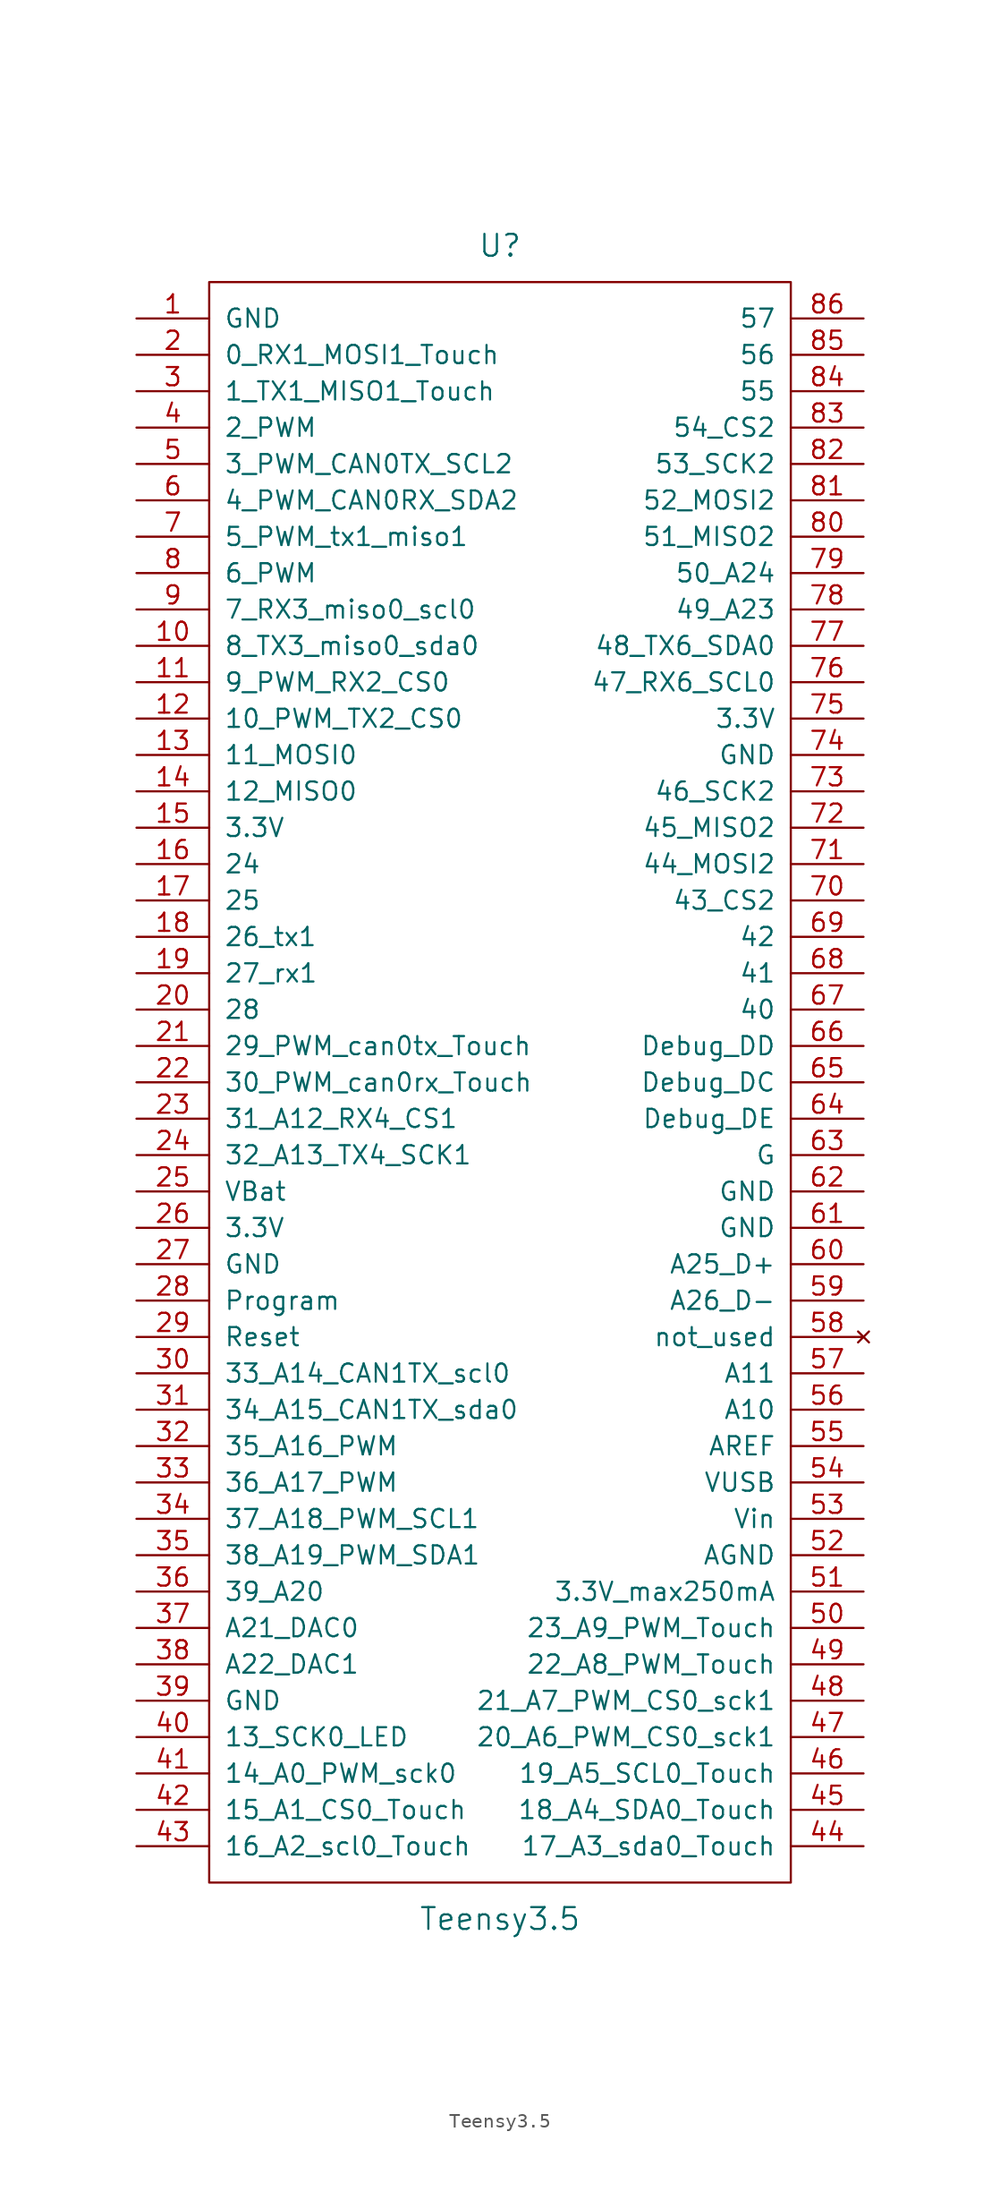
<source format=kicad_sym>
(kicad_symbol_lib
  (version 20211014)
  (generator kicad_symbol_editor)
  (symbol "Teensy3.5"
    (pin_names
      (offset 1.016))
    (property "Reference" "U"
      (at 0 58.42 0)
      (effects (font (size 1.524 1.524))))
    (property "Value" "Teensy3.5"
      (at 0 -58.42 0)
      (effects (font (size 1.524 1.524))))
    (property "Footprint" ""
      (at 0 0 0)
      (effects (font (size 1.524 1.524))))
    (property "Datasheet" ""
      (at 0 0 0)
      (effects (font (size 1.524 1.524))))
    (symbol "Teensy3.5_0_1"
      (rectangle (start -20.32 55.88) (end 20.32 -55.88) (stroke (width 0) (type default) (color 0 0 0 0)) (fill (type none))))
    (symbol "Teensy3.5_1_1"
      (pin power_in line (at -25.4 53.34 0) (length 5.08) (name "GND" (effects (font (size 1.27 1.27)))) (number "1" (effects (font (size 1.27 1.27)))))
      (pin bidirectional line (at -25.4 30.48 0) (length 5.08) (name "8_TX3_miso0_sda0" (effects (font (size 1.27 1.27)))) (number "10" (effects (font (size 1.27 1.27)))))
      (pin bidirectional line (at -25.4 27.94 0) (length 5.08) (name "9_PWM_RX2_CS0" (effects (font (size 1.27 1.27)))) (number "11" (effects (font (size 1.27 1.27)))))
      (pin bidirectional line (at -25.4 25.4 0) (length 5.08) (name "10_PWM_TX2_CS0" (effects (font (size 1.27 1.27)))) (number "12" (effects (font (size 1.27 1.27)))))
      (pin bidirectional line (at -25.4 22.86 0) (length 5.08) (name "11_MOSI0" (effects (font (size 1.27 1.27)))) (number "13" (effects (font (size 1.27 1.27)))))
      (pin bidirectional line (at -25.4 20.32 0) (length 5.08) (name "12_MISO0" (effects (font (size 1.27 1.27)))) (number "14" (effects (font (size 1.27 1.27)))))
      (pin power_out line (at -25.4 17.78 0) (length 5.08) (name "3.3V" (effects (font (size 1.27 1.27)))) (number "15" (effects (font (size 1.27 1.27)))))
      (pin bidirectional line (at -25.4 15.24 0) (length 5.08) (name "24" (effects (font (size 1.27 1.27)))) (number "16" (effects (font (size 1.27 1.27)))))
      (pin bidirectional line (at -25.4 12.7 0) (length 5.08) (name "25" (effects (font (size 1.27 1.27)))) (number "17" (effects (font (size 1.27 1.27)))))
      (pin bidirectional line (at -25.4 10.16 0) (length 5.08) (name "26_tx1" (effects (font (size 1.27 1.27)))) (number "18" (effects (font (size 1.27 1.27)))))
      (pin bidirectional line (at -25.4 7.62 0) (length 5.08) (name "27_rx1" (effects (font (size 1.27 1.27)))) (number "19" (effects (font (size 1.27 1.27)))))
      (pin bidirectional line (at -25.4 50.8 0) (length 5.08) (name "0_RX1_MOSI1_Touch" (effects (font (size 1.27 1.27)))) (number "2" (effects (font (size 1.27 1.27)))))
      (pin bidirectional line (at -25.4 5.08 0) (length 5.08) (name "28" (effects (font (size 1.27 1.27)))) (number "20" (effects (font (size 1.27 1.27)))))
      (pin bidirectional line (at -25.4 2.54 0) (length 5.08) (name "29_PWM_can0tx_Touch" (effects (font (size 1.27 1.27)))) (number "21" (effects (font (size 1.27 1.27)))))
      (pin bidirectional line (at -25.4 0 0) (length 5.08) (name "30_PWM_can0rx_Touch" (effects (font (size 1.27 1.27)))) (number "22" (effects (font (size 1.27 1.27)))))
      (pin bidirectional line (at -25.4 -2.54 0) (length 5.08) (name "31_A12_RX4_CS1" (effects (font (size 1.27 1.27)))) (number "23" (effects (font (size 1.27 1.27)))))
      (pin bidirectional line (at -25.4 -5.08 0) (length 5.08) (name "32_A13_TX4_SCK1" (effects (font (size 1.27 1.27)))) (number "24" (effects (font (size 1.27 1.27)))))
      (pin power_in line (at -25.4 -7.62 0) (length 5.08) (name "VBat" (effects (font (size 1.27 1.27)))) (number "25" (effects (font (size 1.27 1.27)))))
      (pin power_in line (at -25.4 -10.16 0) (length 5.08) (name "3.3V" (effects (font (size 1.27 1.27)))) (number "26" (effects (font (size 1.27 1.27)))))
      (pin power_in line (at -25.4 -12.7 0) (length 5.08) (name "GND" (effects (font (size 1.27 1.27)))) (number "27" (effects (font (size 1.27 1.27)))))
      (pin input line (at -25.4 -15.24 0) (length 5.08) (name "Program" (effects (font (size 1.27 1.27)))) (number "28" (effects (font (size 1.27 1.27)))))
      (pin input line (at -25.4 -17.78 0) (length 5.08) (name "Reset" (effects (font (size 1.27 1.27)))) (number "29" (effects (font (size 1.27 1.27)))))
      (pin bidirectional line (at -25.4 48.26 0) (length 5.08) (name "1_TX1_MISO1_Touch" (effects (font (size 1.27 1.27)))) (number "3" (effects (font (size 1.27 1.27)))))
      (pin bidirectional line (at -25.4 -20.32 0) (length 5.08) (name "33_A14_CAN1TX_scl0" (effects (font (size 1.27 1.27)))) (number "30" (effects (font (size 1.27 1.27)))))
      (pin bidirectional line (at -25.4 -22.86 0) (length 5.08) (name "34_A15_CAN1TX_sda0" (effects (font (size 1.27 1.27)))) (number "31" (effects (font (size 1.27 1.27)))))
      (pin bidirectional line (at -25.4 -25.4 0) (length 5.08) (name "35_A16_PWM" (effects (font (size 1.27 1.27)))) (number "32" (effects (font (size 1.27 1.27)))))
      (pin bidirectional line (at -25.4 -27.94 0) (length 5.08) (name "36_A17_PWM" (effects (font (size 1.27 1.27)))) (number "33" (effects (font (size 1.27 1.27)))))
      (pin bidirectional line (at -25.4 -30.48 0) (length 5.08) (name "37_A18_PWM_SCL1" (effects (font (size 1.27 1.27)))) (number "34" (effects (font (size 1.27 1.27)))))
      (pin bidirectional line (at -25.4 -33.02 0) (length 5.08) (name "38_A19_PWM_SDA1" (effects (font (size 1.27 1.27)))) (number "35" (effects (font (size 1.27 1.27)))))
      (pin bidirectional line (at -25.4 -35.56 0) (length 5.08) (name "39_A20" (effects (font (size 1.27 1.27)))) (number "36" (effects (font (size 1.27 1.27)))))
      (pin bidirectional line (at -25.4 -38.1 0) (length 5.08) (name "A21_DAC0" (effects (font (size 1.27 1.27)))) (number "37" (effects (font (size 1.27 1.27)))))
      (pin bidirectional line (at -25.4 -40.64 0) (length 5.08) (name "A22_DAC1" (effects (font (size 1.27 1.27)))) (number "38" (effects (font (size 1.27 1.27)))))
      (pin power_in line (at -25.4 -43.18 0) (length 5.08) (name "GND" (effects (font (size 1.27 1.27)))) (number "39" (effects (font (size 1.27 1.27)))))
      (pin bidirectional line (at -25.4 45.72 0) (length 5.08) (name "2_PWM" (effects (font (size 1.27 1.27)))) (number "4" (effects (font (size 1.27 1.27)))))
      (pin bidirectional line (at -25.4 -45.72 0) (length 5.08) (name "13_SCK0_LED" (effects (font (size 1.27 1.27)))) (number "40" (effects (font (size 1.27 1.27)))))
      (pin bidirectional line (at -25.4 -48.26 0) (length 5.08) (name "14_A0_PWM_sck0" (effects (font (size 1.27 1.27)))) (number "41" (effects (font (size 1.27 1.27)))))
      (pin bidirectional line (at -25.4 -50.8 0) (length 5.08) (name "15_A1_CS0_Touch" (effects (font (size 1.27 1.27)))) (number "42" (effects (font (size 1.27 1.27)))))
      (pin bidirectional line (at -25.4 -53.34 0) (length 5.08) (name "16_A2_scl0_Touch" (effects (font (size 1.27 1.27)))) (number "43" (effects (font (size 1.27 1.27)))))
      (pin bidirectional line (at 25.4 -53.34 180) (length 5.08) (name "17_A3_sda0_Touch" (effects (font (size 1.27 1.27)))) (number "44" (effects (font (size 1.27 1.27)))))
      (pin bidirectional line (at 25.4 -50.8 180) (length 5.08) (name "18_A4_SDA0_Touch" (effects (font (size 1.27 1.27)))) (number "45" (effects (font (size 1.27 1.27)))))
      (pin bidirectional line (at 25.4 -48.26 180) (length 5.08) (name "19_A5_SCL0_Touch" (effects (font (size 1.27 1.27)))) (number "46" (effects (font (size 1.27 1.27)))))
      (pin bidirectional line (at 25.4 -45.72 180) (length 5.08) (name "20_A6_PWM_CS0_sck1" (effects (font (size 1.27 1.27)))) (number "47" (effects (font (size 1.27 1.27)))))
      (pin bidirectional line (at 25.4 -43.18 180) (length 5.08) (name "21_A7_PWM_CS0_sck1" (effects (font (size 1.27 1.27)))) (number "48" (effects (font (size 1.27 1.27)))))
      (pin bidirectional line (at 25.4 -40.64 180) (length 5.08) (name "22_A8_PWM_Touch" (effects (font (size 1.27 1.27)))) (number "49" (effects (font (size 1.27 1.27)))))
      (pin bidirectional line (at -25.4 43.18 0) (length 5.08) (name "3_PWM_CAN0TX_SCL2" (effects (font (size 1.27 1.27)))) (number "5" (effects (font (size 1.27 1.27)))))
      (pin bidirectional line (at 25.4 -38.1 180) (length 5.08) (name "23_A9_PWM_Touch" (effects (font (size 1.27 1.27)))) (number "50" (effects (font (size 1.27 1.27)))))
      (pin power_out line (at 25.4 -35.56 180) (length 5.08) (name "3.3V_max250mA" (effects (font (size 1.27 1.27)))) (number "51" (effects (font (size 1.27 1.27)))))
      (pin power_out line (at 25.4 -33.02 180) (length 5.08) (name "AGND" (effects (font (size 1.27 1.27)))) (number "52" (effects (font (size 1.27 1.27)))))
      (pin power_in line (at 25.4 -30.48 180) (length 5.08) (name "Vin" (effects (font (size 1.27 1.27)))) (number "53" (effects (font (size 1.27 1.27)))))
      (pin power_in line (at 25.4 -27.94 180) (length 5.08) (name "VUSB" (effects (font (size 1.27 1.27)))) (number "54" (effects (font (size 1.27 1.27)))))
      (pin input line (at 25.4 -25.4 180) (length 5.08) (name "AREF" (effects (font (size 1.27 1.27)))) (number "55" (effects (font (size 1.27 1.27)))))
      (pin bidirectional line (at 25.4 -22.86 180) (length 5.08) (name "A10" (effects (font (size 1.27 1.27)))) (number "56" (effects (font (size 1.27 1.27)))))
      (pin bidirectional line (at 25.4 -20.32 180) (length 5.08) (name "A11" (effects (font (size 1.27 1.27)))) (number "57" (effects (font (size 1.27 1.27)))))
      (pin no_connect line (at 25.4 -17.78 180) (length 5.08) (name "not_used" (effects (font (size 1.27 1.27)))) (number "58" (effects (font (size 1.27 1.27)))))
      (pin bidirectional line (at 25.4 -15.24 180) (length 5.08) (name "A26_D-" (effects (font (size 1.27 1.27)))) (number "59" (effects (font (size 1.27 1.27)))))
      (pin bidirectional line (at -25.4 40.64 0) (length 5.08) (name "4_PWM_CAN0RX_SDA2" (effects (font (size 1.27 1.27)))) (number "6" (effects (font (size 1.27 1.27)))))
      (pin bidirectional line (at 25.4 -12.7 180) (length 5.08) (name "A25_D+" (effects (font (size 1.27 1.27)))) (number "60" (effects (font (size 1.27 1.27)))))
      (pin power_in line (at 25.4 -10.16 180) (length 5.08) (name "GND" (effects (font (size 1.27 1.27)))) (number "61" (effects (font (size 1.27 1.27)))))
      (pin power_in line (at 25.4 -7.62 180) (length 5.08) (name "GND" (effects (font (size 1.27 1.27)))) (number "62" (effects (font (size 1.27 1.27)))))
      (pin power_in line (at 25.4 -5.08 180) (length 5.08) (name "G" (effects (font (size 1.27 1.27)))) (number "63" (effects (font (size 1.27 1.27)))))
      (pin input line (at 25.4 -2.54 180) (length 5.08) (name "Debug_DE" (effects (font (size 1.27 1.27)))) (number "64" (effects (font (size 1.27 1.27)))))
      (pin input line (at 25.4 0 180) (length 5.08) (name "Debug_DC" (effects (font (size 1.27 1.27)))) (number "65" (effects (font (size 1.27 1.27)))))
      (pin input line (at 25.4 2.54 180) (length 5.08) (name "Debug_DD" (effects (font (size 1.27 1.27)))) (number "66" (effects (font (size 1.27 1.27)))))
      (pin bidirectional line (at 25.4 5.08 180) (length 5.08) (name "40" (effects (font (size 1.27 1.27)))) (number "67" (effects (font (size 1.27 1.27)))))
      (pin bidirectional line (at 25.4 7.62 180) (length 5.08) (name "41" (effects (font (size 1.27 1.27)))) (number "68" (effects (font (size 1.27 1.27)))))
      (pin bidirectional line (at 25.4 10.16 180) (length 5.08) (name "42" (effects (font (size 1.27 1.27)))) (number "69" (effects (font (size 1.27 1.27)))))
      (pin bidirectional line (at -25.4 38.1 0) (length 5.08) (name "5_PWM_tx1_miso1" (effects (font (size 1.27 1.27)))) (number "7" (effects (font (size 1.27 1.27)))))
      (pin bidirectional line (at 25.4 12.7 180) (length 5.08) (name "43_CS2" (effects (font (size 1.27 1.27)))) (number "70" (effects (font (size 1.27 1.27)))))
      (pin bidirectional line (at 25.4 15.24 180) (length 5.08) (name "44_MOSI2" (effects (font (size 1.27 1.27)))) (number "71" (effects (font (size 1.27 1.27)))))
      (pin bidirectional line (at 25.4 17.78 180) (length 5.08) (name "45_MISO2" (effects (font (size 1.27 1.27)))) (number "72" (effects (font (size 1.27 1.27)))))
      (pin bidirectional line (at 25.4 20.32 180) (length 5.08) (name "46_SCK2" (effects (font (size 1.27 1.27)))) (number "73" (effects (font (size 1.27 1.27)))))
      (pin power_in line (at 25.4 22.86 180) (length 5.08) (name "GND" (effects (font (size 1.27 1.27)))) (number "74" (effects (font (size 1.27 1.27)))))
      (pin power_in line (at 25.4 25.4 180) (length 5.08) (name "3.3V" (effects (font (size 1.27 1.27)))) (number "75" (effects (font (size 1.27 1.27)))))
      (pin bidirectional line (at 25.4 27.94 180) (length 5.08) (name "47_RX6_SCL0" (effects (font (size 1.27 1.27)))) (number "76" (effects (font (size 1.27 1.27)))))
      (pin bidirectional line (at 25.4 30.48 180) (length 5.08) (name "48_TX6_SDA0" (effects (font (size 1.27 1.27)))) (number "77" (effects (font (size 1.27 1.27)))))
      (pin bidirectional line (at 25.4 33.02 180) (length 5.08) (name "49_A23" (effects (font (size 1.27 1.27)))) (number "78" (effects (font (size 1.27 1.27)))))
      (pin bidirectional line (at 25.4 35.56 180) (length 5.08) (name "50_A24" (effects (font (size 1.27 1.27)))) (number "79" (effects (font (size 1.27 1.27)))))
      (pin bidirectional line (at -25.4 35.56 0) (length 5.08) (name "6_PWM" (effects (font (size 1.27 1.27)))) (number "8" (effects (font (size 1.27 1.27)))))
      (pin bidirectional line (at 25.4 38.1 180) (length 5.08) (name "51_MISO2" (effects (font (size 1.27 1.27)))) (number "80" (effects (font (size 1.27 1.27)))))
      (pin bidirectional line (at 25.4 40.64 180) (length 5.08) (name "52_MOSI2" (effects (font (size 1.27 1.27)))) (number "81" (effects (font (size 1.27 1.27)))))
      (pin bidirectional line (at 25.4 43.18 180) (length 5.08) (name "53_SCK2" (effects (font (size 1.27 1.27)))) (number "82" (effects (font (size 1.27 1.27)))))
      (pin bidirectional line (at 25.4 45.72 180) (length 5.08) (name "54_CS2" (effects (font (size 1.27 1.27)))) (number "83" (effects (font (size 1.27 1.27)))))
      (pin bidirectional line (at 25.4 48.26 180) (length 5.08) (name "55" (effects (font (size 1.27 1.27)))) (number "84" (effects (font (size 1.27 1.27)))))
      (pin bidirectional line (at 25.4 50.8 180) (length 5.08) (name "56" (effects (font (size 1.27 1.27)))) (number "85" (effects (font (size 1.27 1.27)))))
      (pin bidirectional line (at 25.4 53.34 180) (length 5.08) (name "57" (effects (font (size 1.27 1.27)))) (number "86" (effects (font (size 1.27 1.27)))))
      (pin bidirectional line (at -25.4 33.02 0) (length 5.08) (name "7_RX3_miso0_scl0" (effects (font (size 1.27 1.27)))) (number "9" (effects (font (size 1.27 1.27))))))))
</source>
